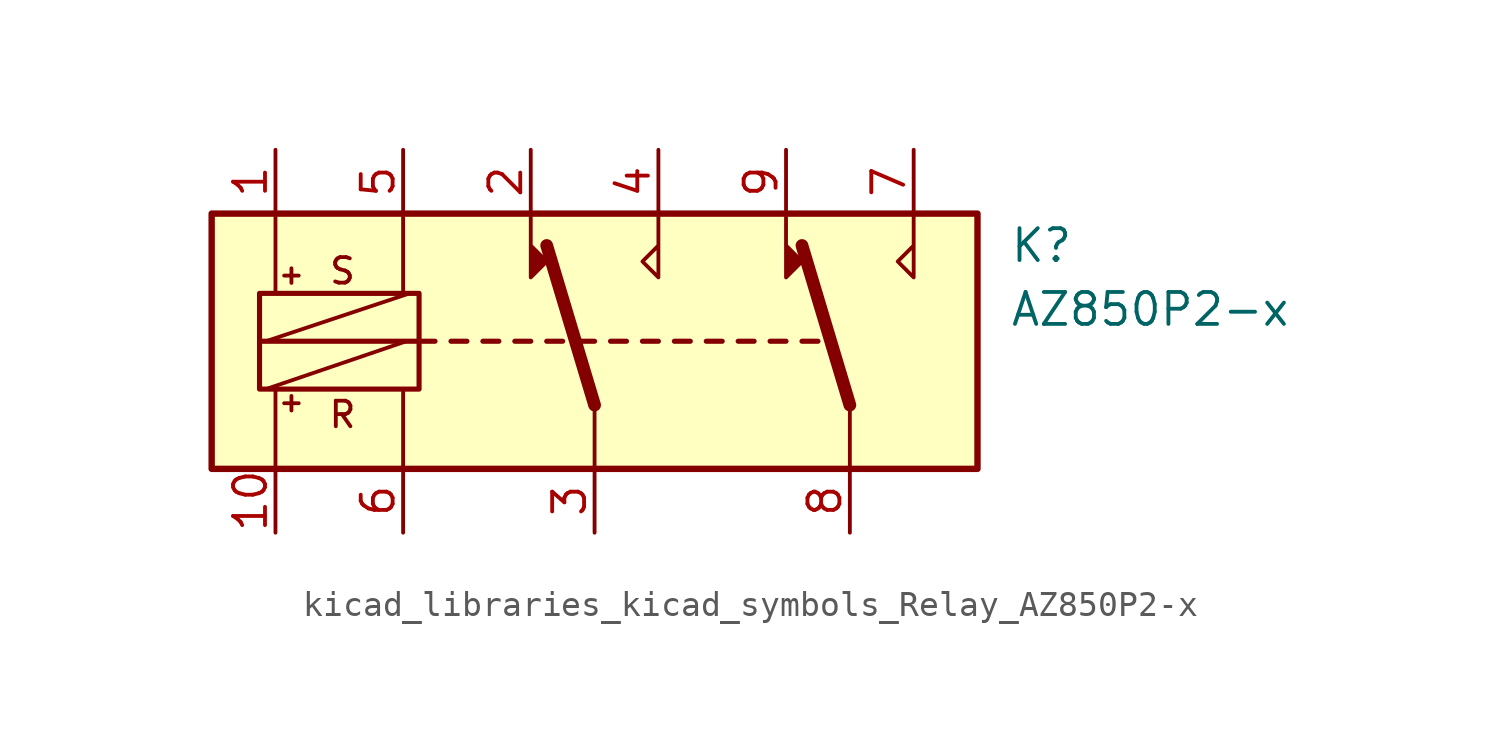
<source format=kicad_sym>
(kicad_symbol_lib
  (version 20220914)
  (generator kicad_symbol_editor)
  (symbol "kicad_libraries_kicad_symbols_Relay_AZ850P2-x"
    (property "Reference" "K"
      (at 16.51 3.81 0)
      (effects (font (size 1.27 1.27)) (justify left)))
    (property "Value" "AZ850P2-x"
      (at 16.51 1.27 0)
      (effects (font (size 1.27 1.27)) (justify left)))
    (symbol "kicad_libraries_kicad_symbols_Relay_AZ850P2-x_0_0"
      (polyline (pts (xy -2.54 5.08) (xy -2.54 2.54) (xy -1.905 3.175) (xy -2.54 3.81)) (stroke (width 0) (type default)) (fill (type outline)))
      (polyline (pts (xy 2.54 5.08) (xy 2.54 2.54) (xy 1.905 3.175) (xy 2.54 3.81)) (stroke (width 0) (type default)) (fill (type none)))
      (polyline (pts (xy 7.62 5.08) (xy 7.62 2.54) (xy 8.255 3.175) (xy 7.62 3.81)) (stroke (width 0) (type default)) (fill (type outline)))
      (polyline (pts (xy 12.7 5.08) (xy 12.7 2.54) (xy 12.065 3.175) (xy 12.7 3.81)) (stroke (width 0) (type default)) (fill (type none)))
      (text "+" (at -12.065 -2.413 0) (effects (font (size 0.762 0.762))))
      (text "+" (at -12.065 2.667 0) (effects (font (size 0.762 0.762))))
      (text "R" (at -10.033 -2.921 0) (effects (font (size 1.016 1.016))))
      (text "S" (at -10.033 2.794 0) (effects (font (size 1.016 1.016)))))
    (symbol "kicad_libraries_kicad_symbols_Relay_AZ850P2-x_0_1"
      (rectangle (start -15.24 5.08) (end 15.24 -5.08) (stroke (width 0.254) (type default)) (fill (type background)))
      (rectangle (start -13.335 1.905) (end -6.985 -1.905) (stroke (width 0.203) (type default)) (fill (type none)))
      (polyline (pts (xy -13.335 0) (xy -6.35 0)) (stroke (width 0.203) (type default)) (fill (type none)))
      (polyline (pts (xy -13.081 -1.905) (xy -7.493 0)) (stroke (width 0) (type default)) (fill (type none)))
      (polyline (pts (xy -13.081 0) (xy -7.366 1.905)) (stroke (width 0) (type default)) (fill (type none)))
      (polyline (pts (xy -12.7 -5.08) (xy -12.7 -1.905)) (stroke (width 0) (type default)) (fill (type none)))
      (polyline (pts (xy -12.7 5.08) (xy -12.7 1.905)) (stroke (width 0) (type default)) (fill (type none)))
      (polyline (pts (xy -7.62 -5.08) (xy -7.62 -1.905)) (stroke (width 0) (type default)) (fill (type none)))
      (polyline (pts (xy -7.62 5.08) (xy -7.62 1.905)) (stroke (width 0) (type default)) (fill (type none)))
      (polyline (pts (xy -5.715 0) (xy -5.08 0)) (stroke (width 0.203) (type default)) (fill (type none)))
      (polyline (pts (xy -4.445 0) (xy -3.81 0)) (stroke (width 0.203) (type default)) (fill (type none)))
      (polyline (pts (xy -3.175 0) (xy -2.54 0)) (stroke (width 0.203) (type default)) (fill (type none)))
      (polyline (pts (xy -1.905 0) (xy -1.27 0)) (stroke (width 0.203) (type default)) (fill (type none)))
      (polyline (pts (xy -0.635 0) (xy 0 0)) (stroke (width 0.203) (type default)) (fill (type none)))
      (polyline (pts (xy 0 -2.54) (xy -1.905 3.81)) (stroke (width 0.508) (type default)) (fill (type none)))
      (polyline (pts (xy 0 -2.54) (xy 0 -5.08)) (stroke (width 0) (type default)) (fill (type none)))
      (polyline (pts (xy 0.635 0) (xy 1.27 0)) (stroke (width 0.203) (type default)) (fill (type none)))
      (polyline (pts (xy 1.905 0) (xy 2.54 0)) (stroke (width 0.203) (type default)) (fill (type none)))
      (polyline (pts (xy 3.175 0) (xy 3.81 0)) (stroke (width 0.203) (type default)) (fill (type none)))
      (polyline (pts (xy 4.445 0) (xy 5.08 0)) (stroke (width 0.203) (type default)) (fill (type none)))
      (polyline (pts (xy 5.715 0) (xy 6.35 0)) (stroke (width 0.203) (type default)) (fill (type none)))
      (polyline (pts (xy 6.985 0) (xy 7.62 0)) (stroke (width 0.203) (type default)) (fill (type none)))
      (polyline (pts (xy 8.255 0) (xy 8.89 0)) (stroke (width 0.203) (type default)) (fill (type none)))
      (polyline (pts (xy 10.16 -2.54) (xy 8.255 3.81)) (stroke (width 0.508) (type default)) (fill (type none)))
      (polyline (pts (xy 10.16 -2.54) (xy 10.16 -5.08)) (stroke (width 0) (type default)) (fill (type none))))
    (symbol "kicad_libraries_kicad_symbols_Relay_AZ850P2-x_1_1"
      (pin passive line (at -12.7 7.62 270) (length 2.54) (name "~" (effects (font (size 1.27 1.27)))) (number "1" (effects (font (size 1.27 1.27)))))
      (pin passive line (at -12.7 -7.62 90) (length 2.54) (name "~" (effects (font (size 1.27 1.27)))) (number "10" (effects (font (size 1.27 1.27)))))
      (pin passive line (at -2.54 7.62 270) (length 2.54) (name "~" (effects (font (size 1.27 1.27)))) (number "2" (effects (font (size 1.27 1.27)))))
      (pin passive line (at 0 -7.62 90) (length 2.54) (name "~" (effects (font (size 1.27 1.27)))) (number "3" (effects (font (size 1.27 1.27)))))
      (pin passive line (at 2.54 7.62 270) (length 2.54) (name "~" (effects (font (size 1.27 1.27)))) (number "4" (effects (font (size 1.27 1.27)))))
      (pin passive line (at -7.62 7.62 270) (length 2.54) (name "~" (effects (font (size 1.27 1.27)))) (number "5" (effects (font (size 1.27 1.27)))))
      (pin passive line (at -7.62 -7.62 90) (length 2.54) (name "~" (effects (font (size 1.27 1.27)))) (number "6" (effects (font (size 1.27 1.27)))))
      (pin passive line (at 12.7 7.62 270) (length 2.54) (name "~" (effects (font (size 1.27 1.27)))) (number "7" (effects (font (size 1.27 1.27)))))
      (pin passive line (at 10.16 -7.62 90) (length 2.54) (name "~" (effects (font (size 1.27 1.27)))) (number "8" (effects (font (size 1.27 1.27)))))
      (pin passive line (at 7.62 7.62 270) (length 2.54) (name "~" (effects (font (size 1.27 1.27)))) (number "9" (effects (font (size 1.27 1.27))))))))
</source>
